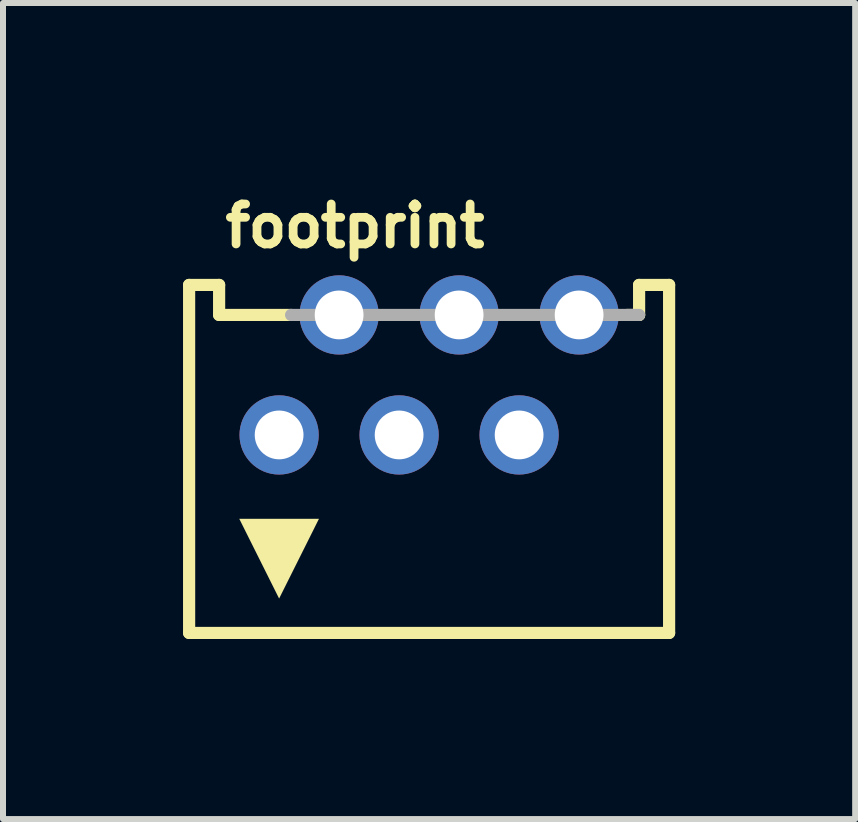
<source format=kicad_pcb>
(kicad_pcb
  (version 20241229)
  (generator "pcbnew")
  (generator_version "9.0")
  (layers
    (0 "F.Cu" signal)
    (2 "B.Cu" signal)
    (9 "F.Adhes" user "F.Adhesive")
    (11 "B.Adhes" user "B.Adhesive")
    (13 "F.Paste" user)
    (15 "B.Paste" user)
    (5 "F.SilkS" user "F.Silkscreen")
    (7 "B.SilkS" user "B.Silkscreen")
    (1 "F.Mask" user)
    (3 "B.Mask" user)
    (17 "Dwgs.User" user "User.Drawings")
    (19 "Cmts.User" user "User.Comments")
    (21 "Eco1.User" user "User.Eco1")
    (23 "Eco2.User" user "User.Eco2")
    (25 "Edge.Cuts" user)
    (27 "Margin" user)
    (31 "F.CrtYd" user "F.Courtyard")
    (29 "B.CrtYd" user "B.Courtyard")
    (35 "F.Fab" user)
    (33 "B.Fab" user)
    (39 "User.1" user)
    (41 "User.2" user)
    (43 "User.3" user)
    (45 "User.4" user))
  (footprint "footprint"
    (layer "F.Cu")
    (at 4.102 4.199)
    (property "Reference" "footprint" (at -3.472 -3.094 0) (layer "F.SilkS") (effects (font (size 0.666 0.666) (thickness 0.146)) (justify left bottom)))
    (fp_line (start -4 -2.5) (end -4 3.3) (stroke (width 0.203) (type solid)) (layer "F.SilkS"))
    (fp_line (start -4 3.3) (end 4 3.3) (stroke (width 0.203) (type solid)) (layer "F.SilkS"))
    (fp_line (start -3.5 -2.5) (end -4 -2.5) (stroke (width 0.203) (type solid)) (layer "F.SilkS"))
    (fp_line (start -3.5 -2) (end -3.5 -2.5) (stroke (width 0.203) (type solid)) (layer "F.SilkS"))
    (fp_line (start -3.5 -2) (end -2.3 -2) (stroke (width 0.203) (type solid)) (layer "F.SilkS"))
    (fp_line (start 3.3 -2) (end 3.5 -2) (stroke (width 0.203) (type solid)) (layer "F.SilkS"))
    (fp_line (start 3.5 -2.5) (end 4 -2.5) (stroke (width 0.203) (type solid)) (layer "F.SilkS"))
    (fp_line (start 3.5 -2) (end 3.5 -2.5) (stroke (width 0.203) (type solid)) (layer "F.SilkS"))
    (fp_line (start 4 -2.5) (end 4 3.3) (stroke (width 0.203) (type solid)) (layer "F.SilkS"))
    (fp_poly (pts (xy -2.5 2.727) (xy -3.164 1.398) (xy -1.836 1.398)) (stroke (width 0) (type solid)) (fill yes) (layer "F.SilkS"))
    (fp_line (start -2.3 -2) (end 3.5 -2) (stroke (width 0.203) (type solid)) (layer "F.Fab"))
    (pad "1" thru_hole circle (at -2.5 0) (size 1.321 1.321) (drill 0.813) (layers "*.Cu" "*.Mask"))
    (pad "2" thru_hole circle (at -1.5 -2) (size 1.321 1.321) (drill 0.813) (layers "*.Cu" "*.Mask"))
    (pad "3" thru_hole circle (at -0.5 0) (size 1.321 1.321) (drill 0.813) (layers "*.Cu" "*.Mask"))
    (pad "4" thru_hole circle (at 0.5 -2) (size 1.321 1.321) (drill 0.813) (layers "*.Cu" "*.Mask"))
    (pad "5" thru_hole circle (at 1.5 0) (size 1.321 1.321) (drill 0.813) (layers "*.Cu" "*.Mask"))
    (pad "6" thru_hole circle (at 2.5 -2) (size 1.321 1.321) (drill 0.813) (layers "*.Cu" "*.Mask")))
  (gr_rect
    (start -3 -3)
    (end 11.203 10.601)
    (stroke (width 0.1) (type default))
    (fill no)
    (layer "Edge.Cuts")))
</source>
